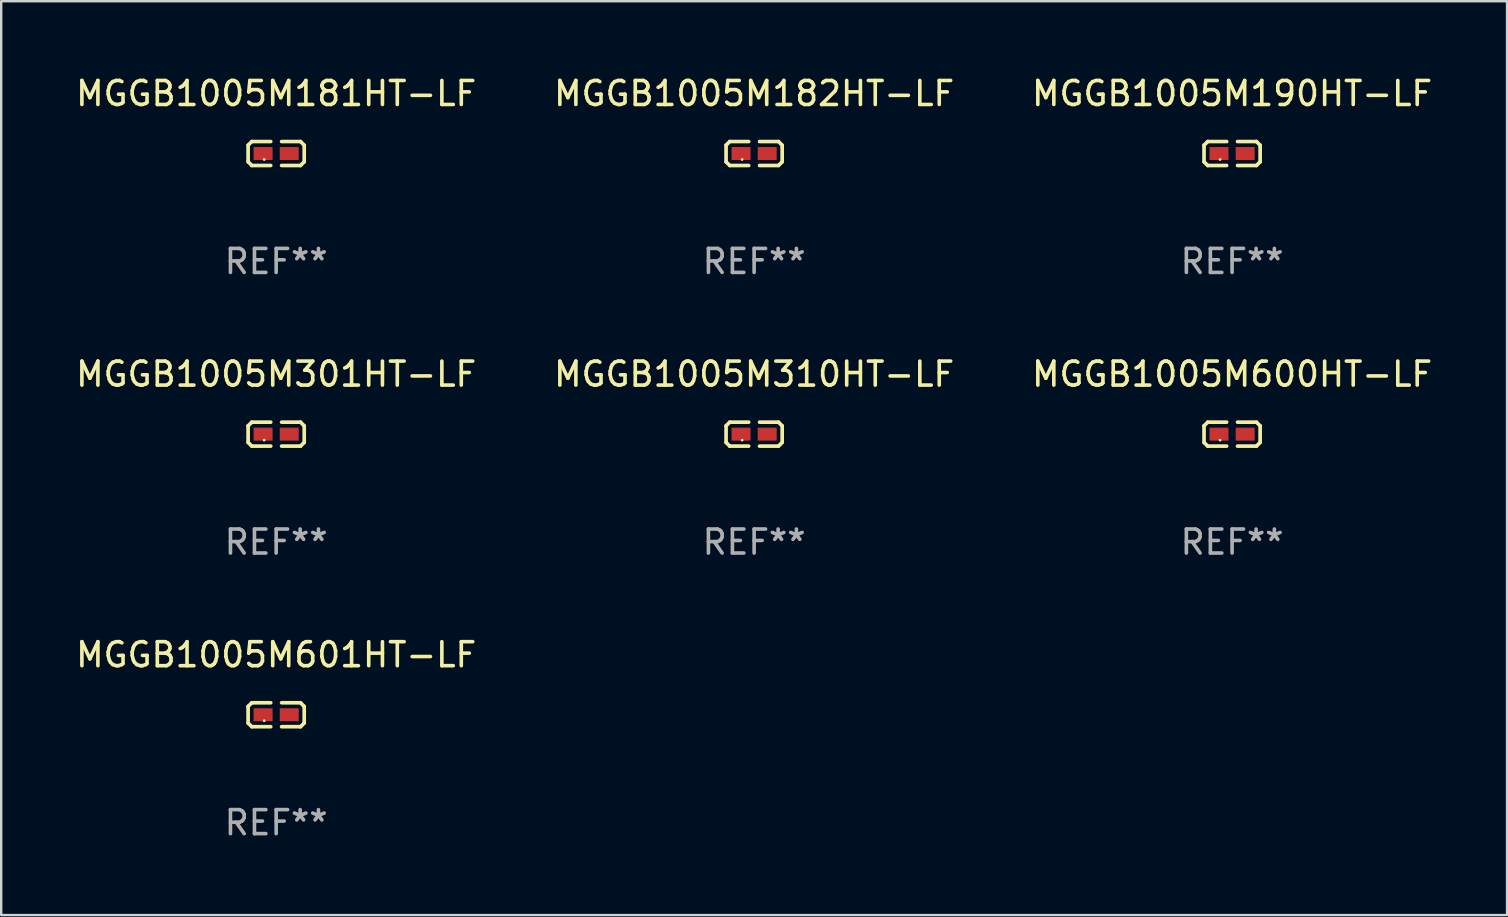
<source format=kicad_pcb>
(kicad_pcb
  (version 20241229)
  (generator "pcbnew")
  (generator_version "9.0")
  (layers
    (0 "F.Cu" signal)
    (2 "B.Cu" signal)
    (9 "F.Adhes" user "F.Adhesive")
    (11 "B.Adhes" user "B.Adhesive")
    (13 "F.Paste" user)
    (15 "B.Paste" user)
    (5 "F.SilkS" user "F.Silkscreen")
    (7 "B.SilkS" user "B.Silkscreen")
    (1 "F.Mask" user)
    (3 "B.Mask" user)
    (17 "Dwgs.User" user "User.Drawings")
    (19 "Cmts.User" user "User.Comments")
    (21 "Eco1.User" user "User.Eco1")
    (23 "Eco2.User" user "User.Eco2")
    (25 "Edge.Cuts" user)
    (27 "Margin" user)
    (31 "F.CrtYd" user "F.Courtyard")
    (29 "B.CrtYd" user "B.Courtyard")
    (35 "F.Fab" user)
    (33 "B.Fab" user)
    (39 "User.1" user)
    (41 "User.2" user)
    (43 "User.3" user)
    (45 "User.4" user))
  (footprint "MGGB1005M310HT-LF"
    (layer "F.Cu")
    (at 28.375 15.041)
    (property "Reference" "MGGB1005M310HT-LF" (at 0 -2.499 0) (layer "F.SilkS") (effects (font (size 1 1) (thickness 0.15))))
    (attr through_hole)
    (fp_line (start -1.169 -0.346) (end -1.016 -0.499) (stroke (width 0.152) (type solid)) (layer "F.SilkS"))
    (fp_line (start -1.169 0.346) (end -1.169 -0.346) (stroke (width 0.152) (type solid)) (layer "F.SilkS"))
    (fp_line (start -1.016 -0.499) (end -0.226 -0.499) (stroke (width 0.152) (type solid)) (layer "F.SilkS"))
    (fp_line (start -1.016 0.499) (end -1.169 0.346) (stroke (width 0.152) (type solid)) (layer "F.SilkS"))
    (fp_line (start -0.226 0.499) (end -1.016 0.499) (stroke (width 0.152) (type solid)) (layer "F.SilkS"))
    (fp_line (start 0.226 0.499) (end 1.016 0.499) (stroke (width 0.152) (type solid)) (layer "F.SilkS"))
    (fp_line (start 1.016 -0.499) (end 0.226 -0.499) (stroke (width 0.152) (type solid)) (layer "F.SilkS"))
    (fp_line (start 1.016 0.499) (end 1.169 0.346) (stroke (width 0.152) (type solid)) (layer "F.SilkS"))
    (fp_line (start 1.169 -0.346) (end 1.016 -0.499) (stroke (width 0.152) (type solid)) (layer "F.SilkS"))
    (fp_line (start 1.169 0.346) (end 1.169 -0.346) (stroke (width 0.152) (type solid)) (layer "F.SilkS"))
    (fp_circle (center -0.5 0.25) (end -0.47 0.25) (stroke (width 0.06) (type solid)) (fill no) (layer "F.SilkS"))
    (fp_text user "REF**" (at 0 4.499 0) (layer "F.Fab") (effects (font (size 1 1) (thickness 0.15))))
    (pad "1" smd rect (at -0.545 0) (size 0.79 0.54) (layers "F.Cu" "F.Mask" "F.Paste"))
    (pad "2" smd rect (at 0.545 0) (size 0.79 0.54) (layers "F.Cu" "F.Mask" "F.Paste")))
  (footprint "MGGB1005M600HT-LF"
    (layer "F.Cu")
    (at 48.292 15.041)
    (property "Reference" "MGGB1005M600HT-LF" (at 0 -2.499 0) (layer "F.SilkS") (effects (font (size 1 1) (thickness 0.15))))
    (attr through_hole)
    (fp_line (start -1.169 -0.346) (end -1.016 -0.499) (stroke (width 0.152) (type solid)) (layer "F.SilkS"))
    (fp_line (start -1.169 0.346) (end -1.169 -0.346) (stroke (width 0.152) (type solid)) (layer "F.SilkS"))
    (fp_line (start -1.016 -0.499) (end -0.226 -0.499) (stroke (width 0.152) (type solid)) (layer "F.SilkS"))
    (fp_line (start -1.016 0.499) (end -1.169 0.346) (stroke (width 0.152) (type solid)) (layer "F.SilkS"))
    (fp_line (start -0.226 0.499) (end -1.016 0.499) (stroke (width 0.152) (type solid)) (layer "F.SilkS"))
    (fp_line (start 0.226 0.499) (end 1.016 0.499) (stroke (width 0.152) (type solid)) (layer "F.SilkS"))
    (fp_line (start 1.016 -0.499) (end 0.226 -0.499) (stroke (width 0.152) (type solid)) (layer "F.SilkS"))
    (fp_line (start 1.016 0.499) (end 1.169 0.346) (stroke (width 0.152) (type solid)) (layer "F.SilkS"))
    (fp_line (start 1.169 -0.346) (end 1.016 -0.499) (stroke (width 0.152) (type solid)) (layer "F.SilkS"))
    (fp_line (start 1.169 0.346) (end 1.169 -0.346) (stroke (width 0.152) (type solid)) (layer "F.SilkS"))
    (fp_circle (center -0.5 0.25) (end -0.47 0.25) (stroke (width 0.06) (type solid)) (fill no) (layer "F.SilkS"))
    (fp_text user "REF**" (at 0 4.499 0) (layer "F.Fab") (effects (font (size 1 1) (thickness 0.15))))
    (pad "1" smd rect (at -0.545 0) (size 0.79 0.54) (layers "F.Cu" "F.Mask" "F.Paste"))
    (pad "2" smd rect (at 0.545 0) (size 0.79 0.54) (layers "F.Cu" "F.Mask" "F.Paste")))
  (footprint "MGGB1005M301HT-LF"
    (layer "F.Cu")
    (at 8.458 15.041)
    (property "Reference" "MGGB1005M301HT-LF" (at 0 -2.499 0) (layer "F.SilkS") (effects (font (size 1 1) (thickness 0.15))))
    (attr through_hole)
    (fp_line (start -1.169 -0.346) (end -1.016 -0.499) (stroke (width 0.152) (type solid)) (layer "F.SilkS"))
    (fp_line (start -1.169 0.346) (end -1.169 -0.346) (stroke (width 0.152) (type solid)) (layer "F.SilkS"))
    (fp_line (start -1.016 -0.499) (end -0.226 -0.499) (stroke (width 0.152) (type solid)) (layer "F.SilkS"))
    (fp_line (start -1.016 0.499) (end -1.169 0.346) (stroke (width 0.152) (type solid)) (layer "F.SilkS"))
    (fp_line (start -0.226 0.499) (end -1.016 0.499) (stroke (width 0.152) (type solid)) (layer "F.SilkS"))
    (fp_line (start 0.226 0.499) (end 1.016 0.499) (stroke (width 0.152) (type solid)) (layer "F.SilkS"))
    (fp_line (start 1.016 -0.499) (end 0.226 -0.499) (stroke (width 0.152) (type solid)) (layer "F.SilkS"))
    (fp_line (start 1.016 0.499) (end 1.169 0.346) (stroke (width 0.152) (type solid)) (layer "F.SilkS"))
    (fp_line (start 1.169 -0.346) (end 1.016 -0.499) (stroke (width 0.152) (type solid)) (layer "F.SilkS"))
    (fp_line (start 1.169 0.346) (end 1.169 -0.346) (stroke (width 0.152) (type solid)) (layer "F.SilkS"))
    (fp_circle (center -0.5 0.25) (end -0.47 0.25) (stroke (width 0.06) (type solid)) (fill no) (layer "F.SilkS"))
    (fp_text user "REF**" (at 0 4.499 0) (layer "F.Fab") (effects (font (size 1 1) (thickness 0.15))))
    (pad "1" smd rect (at -0.545 0) (size 0.79 0.54) (layers "F.Cu" "F.Mask" "F.Paste"))
    (pad "2" smd rect (at 0.545 0) (size 0.79 0.54) (layers "F.Cu" "F.Mask" "F.Paste")))
  (footprint "MGGB1005M182HT-LF"
    (layer "F.Cu")
    (at 28.375 3.347)
    (property "Reference" "MGGB1005M182HT-LF" (at 0 -2.499 0) (layer "F.SilkS") (effects (font (size 1 1) (thickness 0.15))))
    (attr through_hole)
    (fp_line (start -1.169 -0.346) (end -1.016 -0.499) (stroke (width 0.152) (type solid)) (layer "F.SilkS"))
    (fp_line (start -1.169 0.346) (end -1.169 -0.346) (stroke (width 0.152) (type solid)) (layer "F.SilkS"))
    (fp_line (start -1.016 -0.499) (end -0.226 -0.499) (stroke (width 0.152) (type solid)) (layer "F.SilkS"))
    (fp_line (start -1.016 0.499) (end -1.169 0.346) (stroke (width 0.152) (type solid)) (layer "F.SilkS"))
    (fp_line (start -0.226 0.499) (end -1.016 0.499) (stroke (width 0.152) (type solid)) (layer "F.SilkS"))
    (fp_line (start 0.226 0.499) (end 1.016 0.499) (stroke (width 0.152) (type solid)) (layer "F.SilkS"))
    (fp_line (start 1.016 -0.499) (end 0.226 -0.499) (stroke (width 0.152) (type solid)) (layer "F.SilkS"))
    (fp_line (start 1.016 0.499) (end 1.169 0.346) (stroke (width 0.152) (type solid)) (layer "F.SilkS"))
    (fp_line (start 1.169 -0.346) (end 1.016 -0.499) (stroke (width 0.152) (type solid)) (layer "F.SilkS"))
    (fp_line (start 1.169 0.346) (end 1.169 -0.346) (stroke (width 0.152) (type solid)) (layer "F.SilkS"))
    (fp_circle (center -0.5 0.25) (end -0.47 0.25) (stroke (width 0.06) (type solid)) (fill no) (layer "F.SilkS"))
    (fp_text user "REF**" (at 0 4.499 0) (layer "F.Fab") (effects (font (size 1 1) (thickness 0.15))))
    (pad "1" smd rect (at -0.545 0) (size 0.79 0.54) (layers "F.Cu" "F.Mask" "F.Paste"))
    (pad "2" smd rect (at 0.545 0) (size 0.79 0.54) (layers "F.Cu" "F.Mask" "F.Paste")))
  (footprint "MGGB1005M190HT-LF"
    (layer "F.Cu")
    (at 48.292 3.347)
    (property "Reference" "MGGB1005M190HT-LF" (at 0 -2.499 0) (layer "F.SilkS") (effects (font (size 1 1) (thickness 0.15))))
    (attr through_hole)
    (fp_line (start -1.169 -0.346) (end -1.016 -0.499) (stroke (width 0.152) (type solid)) (layer "F.SilkS"))
    (fp_line (start -1.169 0.346) (end -1.169 -0.346) (stroke (width 0.152) (type solid)) (layer "F.SilkS"))
    (fp_line (start -1.016 -0.499) (end -0.226 -0.499) (stroke (width 0.152) (type solid)) (layer "F.SilkS"))
    (fp_line (start -1.016 0.499) (end -1.169 0.346) (stroke (width 0.152) (type solid)) (layer "F.SilkS"))
    (fp_line (start -0.226 0.499) (end -1.016 0.499) (stroke (width 0.152) (type solid)) (layer "F.SilkS"))
    (fp_line (start 0.226 0.499) (end 1.016 0.499) (stroke (width 0.152) (type solid)) (layer "F.SilkS"))
    (fp_line (start 1.016 -0.499) (end 0.226 -0.499) (stroke (width 0.152) (type solid)) (layer "F.SilkS"))
    (fp_line (start 1.016 0.499) (end 1.169 0.346) (stroke (width 0.152) (type solid)) (layer "F.SilkS"))
    (fp_line (start 1.169 -0.346) (end 1.016 -0.499) (stroke (width 0.152) (type solid)) (layer "F.SilkS"))
    (fp_line (start 1.169 0.346) (end 1.169 -0.346) (stroke (width 0.152) (type solid)) (layer "F.SilkS"))
    (fp_circle (center -0.5 0.25) (end -0.47 0.25) (stroke (width 0.06) (type solid)) (fill no) (layer "F.SilkS"))
    (fp_text user "REF**" (at 0 4.499 0) (layer "F.Fab") (effects (font (size 1 1) (thickness 0.15))))
    (pad "1" smd rect (at -0.545 0) (size 0.79 0.54) (layers "F.Cu" "F.Mask" "F.Paste"))
    (pad "2" smd rect (at 0.545 0) (size 0.79 0.54) (layers "F.Cu" "F.Mask" "F.Paste")))
  (footprint "MGGB1005M181HT-LF"
    (layer "F.Cu")
    (at 8.458 3.347)
    (property "Reference" "MGGB1005M181HT-LF" (at 0 -2.499 0) (layer "F.SilkS") (effects (font (size 1 1) (thickness 0.15))))
    (attr through_hole)
    (fp_line (start -1.169 -0.346) (end -1.016 -0.499) (stroke (width 0.152) (type solid)) (layer "F.SilkS"))
    (fp_line (start -1.169 0.346) (end -1.169 -0.346) (stroke (width 0.152) (type solid)) (layer "F.SilkS"))
    (fp_line (start -1.016 -0.499) (end -0.226 -0.499) (stroke (width 0.152) (type solid)) (layer "F.SilkS"))
    (fp_line (start -1.016 0.499) (end -1.169 0.346) (stroke (width 0.152) (type solid)) (layer "F.SilkS"))
    (fp_line (start -0.226 0.499) (end -1.016 0.499) (stroke (width 0.152) (type solid)) (layer "F.SilkS"))
    (fp_line (start 0.226 0.499) (end 1.016 0.499) (stroke (width 0.152) (type solid)) (layer "F.SilkS"))
    (fp_line (start 1.016 -0.499) (end 0.226 -0.499) (stroke (width 0.152) (type solid)) (layer "F.SilkS"))
    (fp_line (start 1.016 0.499) (end 1.169 0.346) (stroke (width 0.152) (type solid)) (layer "F.SilkS"))
    (fp_line (start 1.169 -0.346) (end 1.016 -0.499) (stroke (width 0.152) (type solid)) (layer "F.SilkS"))
    (fp_line (start 1.169 0.346) (end 1.169 -0.346) (stroke (width 0.152) (type solid)) (layer "F.SilkS"))
    (fp_circle (center -0.5 0.25) (end -0.47 0.25) (stroke (width 0.06) (type solid)) (fill no) (layer "F.SilkS"))
    (fp_text user "REF**" (at 0 4.499 0) (layer "F.Fab") (effects (font (size 1 1) (thickness 0.15))))
    (pad "1" smd rect (at -0.545 0) (size 0.79 0.54) (layers "F.Cu" "F.Mask" "F.Paste"))
    (pad "2" smd rect (at 0.545 0) (size 0.79 0.54) (layers "F.Cu" "F.Mask" "F.Paste")))
  (footprint "MGGB1005M601HT-LF"
    (layer "F.Cu")
    (at 8.458 26.734)
    (property "Reference" "MGGB1005M601HT-LF" (at 0 -2.499 0) (layer "F.SilkS") (effects (font (size 1 1) (thickness 0.15))))
    (attr through_hole)
    (fp_line (start -1.169 -0.346) (end -1.016 -0.499) (stroke (width 0.152) (type solid)) (layer "F.SilkS"))
    (fp_line (start -1.169 0.346) (end -1.169 -0.346) (stroke (width 0.152) (type solid)) (layer "F.SilkS"))
    (fp_line (start -1.016 -0.499) (end -0.226 -0.499) (stroke (width 0.152) (type solid)) (layer "F.SilkS"))
    (fp_line (start -1.016 0.499) (end -1.169 0.346) (stroke (width 0.152) (type solid)) (layer "F.SilkS"))
    (fp_line (start -0.226 0.499) (end -1.016 0.499) (stroke (width 0.152) (type solid)) (layer "F.SilkS"))
    (fp_line (start 0.226 0.499) (end 1.016 0.499) (stroke (width 0.152) (type solid)) (layer "F.SilkS"))
    (fp_line (start 1.016 -0.499) (end 0.226 -0.499) (stroke (width 0.152) (type solid)) (layer "F.SilkS"))
    (fp_line (start 1.016 0.499) (end 1.169 0.346) (stroke (width 0.152) (type solid)) (layer "F.SilkS"))
    (fp_line (start 1.169 -0.346) (end 1.016 -0.499) (stroke (width 0.152) (type solid)) (layer "F.SilkS"))
    (fp_line (start 1.169 0.346) (end 1.169 -0.346) (stroke (width 0.152) (type solid)) (layer "F.SilkS"))
    (fp_circle (center -0.5 0.25) (end -0.47 0.25) (stroke (width 0.06) (type solid)) (fill no) (layer "F.SilkS"))
    (fp_text user "REF**" (at 0 4.499 0) (layer "F.Fab") (effects (font (size 1 1) (thickness 0.15))))
    (pad "1" smd rect (at -0.545 0) (size 0.79 0.54) (layers "F.Cu" "F.Mask" "F.Paste"))
    (pad "2" smd rect (at 0.545 0) (size 0.79 0.54) (layers "F.Cu" "F.Mask" "F.Paste")))
  (gr_rect
    (start -3 -3)
    (end 59.75 35.081)
    (stroke (width 0.1) (type default))
    (fill no)
    (layer "Edge.Cuts")))
</source>
